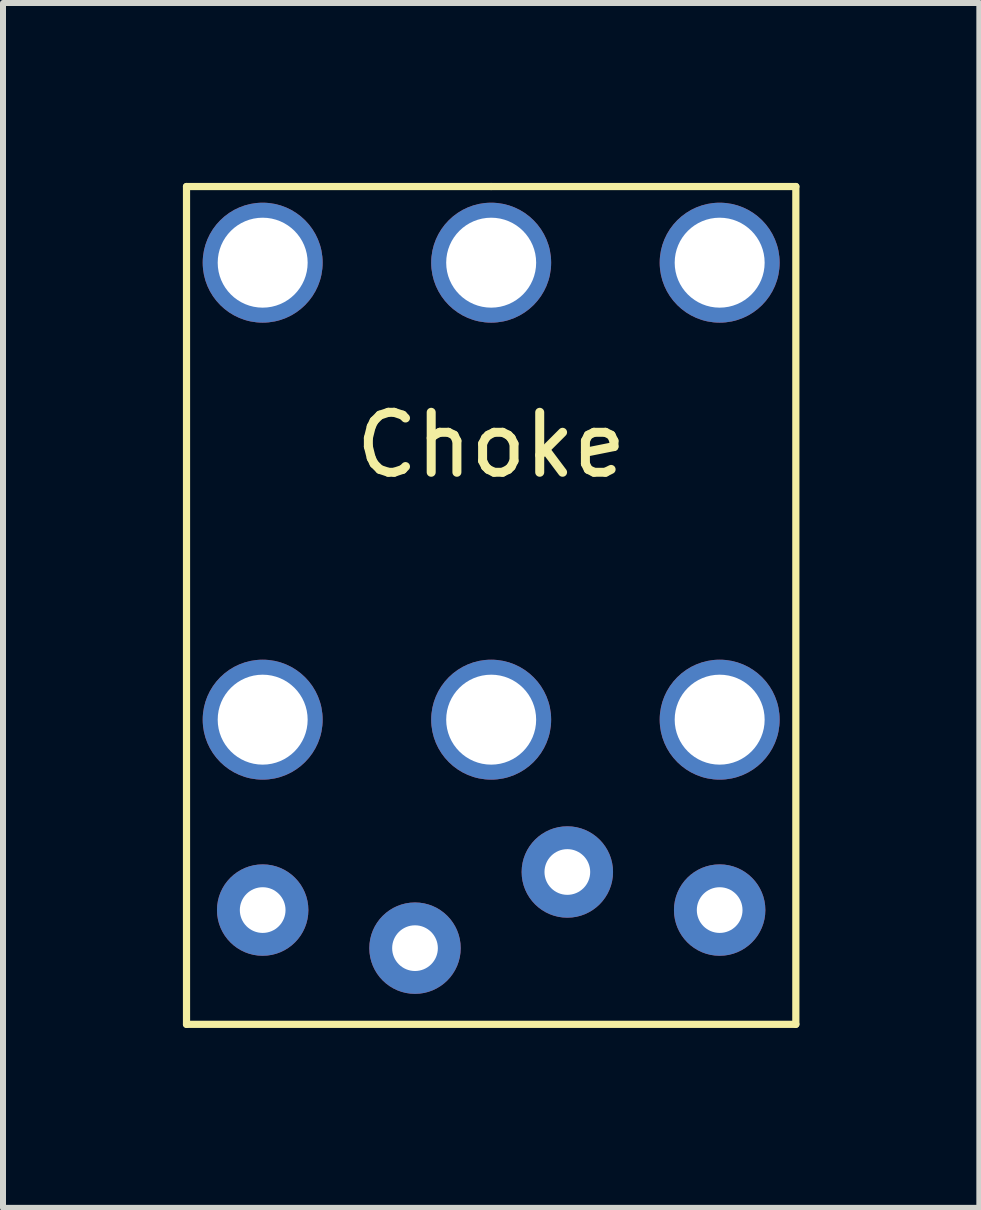
<source format=kicad_pcb>
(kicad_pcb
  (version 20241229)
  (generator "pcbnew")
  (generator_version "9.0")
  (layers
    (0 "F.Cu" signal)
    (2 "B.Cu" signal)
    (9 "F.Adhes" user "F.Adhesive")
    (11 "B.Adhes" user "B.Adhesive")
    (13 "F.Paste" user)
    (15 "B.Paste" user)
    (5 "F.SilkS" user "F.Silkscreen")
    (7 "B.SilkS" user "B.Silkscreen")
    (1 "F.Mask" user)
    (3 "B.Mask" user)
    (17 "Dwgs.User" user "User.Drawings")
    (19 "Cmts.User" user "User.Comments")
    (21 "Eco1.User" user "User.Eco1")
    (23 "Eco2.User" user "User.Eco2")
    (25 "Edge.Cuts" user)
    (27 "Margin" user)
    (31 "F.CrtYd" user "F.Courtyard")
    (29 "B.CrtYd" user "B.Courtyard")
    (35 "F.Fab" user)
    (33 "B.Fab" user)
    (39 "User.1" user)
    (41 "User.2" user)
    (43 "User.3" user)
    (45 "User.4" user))
  (footprint "Choke"
    (layer "F.Cu")
    (at 5.14 5.14)
    (property "Reference" "Choke" (at 0 -0.77 0) (layer "F.SilkS") (effects (font (size 1 1) (thickness 0.15))))
    (attr through_hole)
    (fp_line (start -5.08 -5.08) (end -5.08 8.89) (stroke (width 0.12) (type solid)) (layer "F.SilkS"))
    (fp_line (start -5.08 8.89) (end 5.08 8.89) (stroke (width 0.12) (type solid)) (layer "F.SilkS"))
    (fp_line (start 0 -5.08) (end -5.08 -5.08) (stroke (width 0.12) (type solid)) (layer "F.SilkS"))
    (fp_line (start 5.08 -5.08) (end 0 -5.08) (stroke (width 0.12) (type solid)) (layer "F.SilkS"))
    (fp_line (start 5.08 8.89) (end 5.08 -5.08) (stroke (width 0.12) (type solid)) (layer "F.SilkS"))
    (pad "1" thru_hole circle (at -3.81 3.81) (size 2 2) (drill 1.5) (layers "*.Cu" "*.Mask"))
    (pad "2" thru_hole circle (at 3.81 3.81) (size 2 2) (drill 1.5) (layers "*.Cu" "*.Mask"))
    (pad "3" thru_hole circle (at 3.81 -3.81) (size 2 2) (drill 1.5) (layers "*.Cu" "*.Mask"))
    (pad "4" thru_hole circle (at -3.81 -3.81) (size 2 2) (drill 1.5) (layers "*.Cu" "*.Mask"))
    (pad "4" thru_hole circle (at -3.81 6.985) (size 1.524 1.524) (drill 0.762) (layers "*.Cu" "*.Mask"))
    (pad "4" thru_hole circle (at 1.27 6.35) (size 1.524 1.524) (drill 0.762) (layers "*.Cu" "*.Mask"))
    (pad "5" thru_hole circle (at 0 -3.81) (size 2 2) (drill 1.5) (layers "*.Cu" "*.Mask"))
    (pad "6" thru_hole circle (at 0 3.81) (size 2 2) (drill 1.5) (layers "*.Cu" "*.Mask"))
    (pad "7" thru_hole circle (at -1.27 7.62) (size 1.524 1.524) (drill 0.762) (layers "*.Cu" "*.Mask"))
    (pad "7" thru_hole circle (at 3.81 6.985) (size 1.524 1.524) (drill 0.762) (layers "*.Cu" "*.Mask")))
  (gr_rect
    (start -3 -3)
    (end 13.28 17.09)
    (stroke (width 0.1) (type default))
    (fill no)
    (layer "Edge.Cuts")))
</source>
